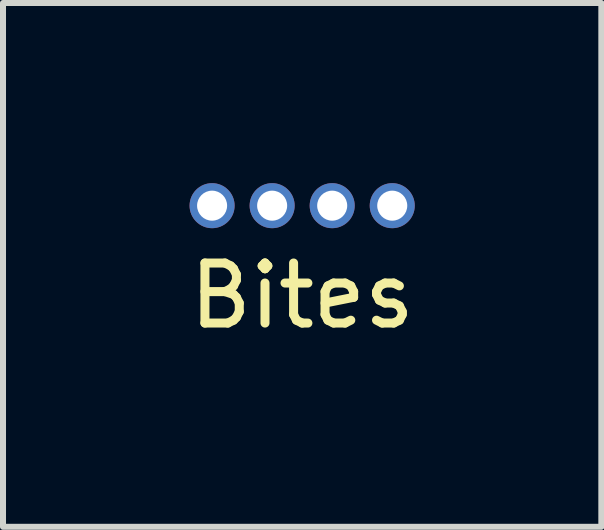
<source format=kicad_pcb>
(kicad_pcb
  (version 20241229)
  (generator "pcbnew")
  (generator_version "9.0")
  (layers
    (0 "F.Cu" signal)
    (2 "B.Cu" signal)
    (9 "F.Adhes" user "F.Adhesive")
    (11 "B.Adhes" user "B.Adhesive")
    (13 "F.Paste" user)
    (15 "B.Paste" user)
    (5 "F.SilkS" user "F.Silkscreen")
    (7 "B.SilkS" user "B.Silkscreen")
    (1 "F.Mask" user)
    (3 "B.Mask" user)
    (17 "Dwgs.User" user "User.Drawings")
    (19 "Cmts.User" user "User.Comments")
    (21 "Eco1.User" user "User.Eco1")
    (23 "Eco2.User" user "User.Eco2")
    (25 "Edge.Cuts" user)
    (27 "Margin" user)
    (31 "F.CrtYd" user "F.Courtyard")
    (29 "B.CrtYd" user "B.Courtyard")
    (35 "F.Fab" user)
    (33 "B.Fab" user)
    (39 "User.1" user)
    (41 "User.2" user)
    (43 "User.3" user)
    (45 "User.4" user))
  (footprint "Bites"
    (layer "F.Cu")
    (at 1.982 0.375)
    (property "Reference" "Bites" (at 0 1.5 0) (layer "F.SilkS") (effects (font (size 1 1) (thickness 0.15))))
    (attr through_hole)
    (pad "1" thru_hole circle (at -1.5 0) (size 0.75 0.75) (drill 0.5) (layers "*.Cu" "*.Mask"))
    (pad "2" thru_hole circle (at -0.5 0) (size 0.75 0.75) (drill 0.5) (layers "*.Cu" "*.Mask"))
    (pad "3" thru_hole circle (at 0.5 0) (size 0.75 0.75) (drill 0.5) (layers "*.Cu" "*.Mask"))
    (pad "4" thru_hole circle (at 1.5 0) (size 0.75 0.75) (drill 0.5) (layers "*.Cu" "*.Mask")))
  (gr_rect
    (start -3 -3)
    (end 6.964 5.723)
    (stroke (width 0.1) (type default))
    (fill no)
    (layer "Edge.Cuts")))
</source>
